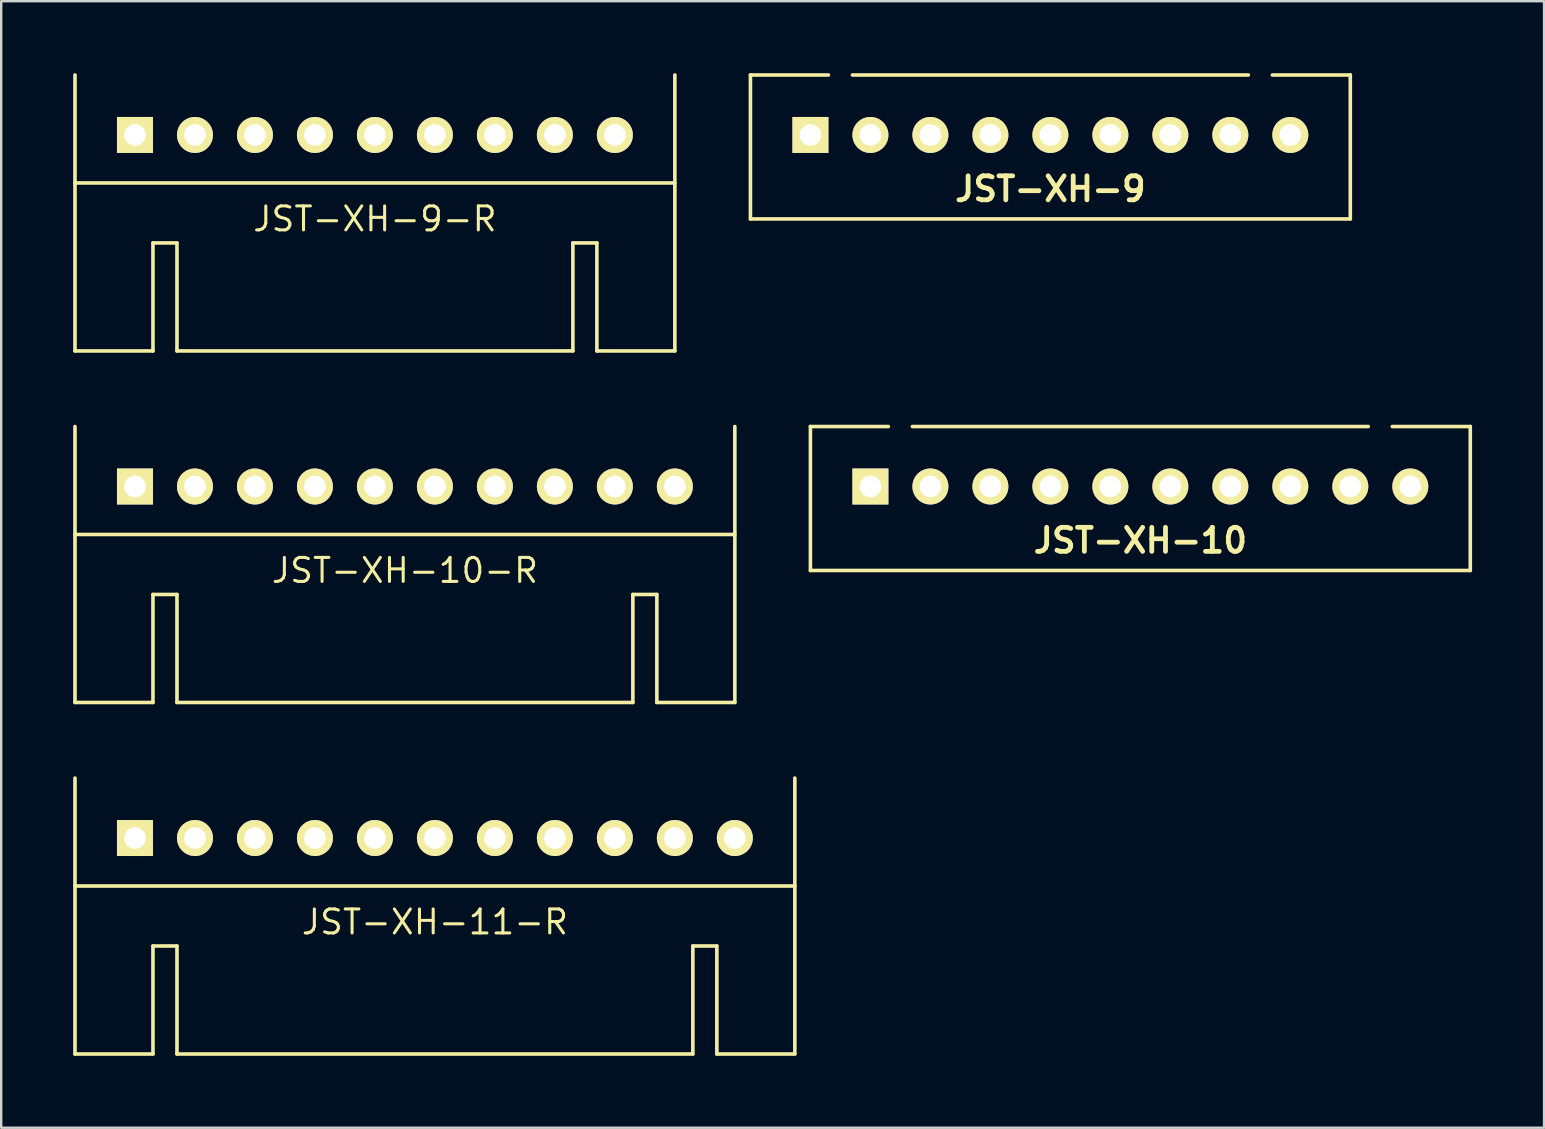
<source format=kicad_pcb>
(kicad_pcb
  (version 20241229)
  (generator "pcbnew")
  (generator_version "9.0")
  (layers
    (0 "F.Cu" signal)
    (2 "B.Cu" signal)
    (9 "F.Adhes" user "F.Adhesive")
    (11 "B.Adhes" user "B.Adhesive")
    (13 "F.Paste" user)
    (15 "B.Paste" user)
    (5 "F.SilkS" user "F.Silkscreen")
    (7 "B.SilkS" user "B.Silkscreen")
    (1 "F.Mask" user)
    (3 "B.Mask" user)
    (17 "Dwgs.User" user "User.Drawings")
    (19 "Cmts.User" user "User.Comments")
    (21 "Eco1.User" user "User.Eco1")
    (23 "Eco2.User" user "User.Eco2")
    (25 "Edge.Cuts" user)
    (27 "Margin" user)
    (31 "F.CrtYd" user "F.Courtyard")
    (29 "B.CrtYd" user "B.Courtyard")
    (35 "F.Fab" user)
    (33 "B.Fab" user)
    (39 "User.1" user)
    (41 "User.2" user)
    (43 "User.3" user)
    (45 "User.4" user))
  (footprint "JST-XH-10"
    (layer "F.Cu")
    (at 44.475 17.225)
    (property "Reference" "JST-XH-10" (at 0 2.25 0) (layer "F.SilkS") (effects (font (size 1 1) (thickness 0.2))))
    (attr through_hole)
    (fp_line (start -13.75 -2.5) (end -10.5 -2.5) (stroke (width 0.15) (type solid)) (layer "F.SilkS"))
    (fp_line (start -13.75 3.5) (end -13.75 -2.5) (stroke (width 0.15) (type solid)) (layer "F.SilkS"))
    (fp_line (start 9.5 -2.5) (end -9.5 -2.5) (stroke (width 0.15) (type solid)) (layer "F.SilkS"))
    (fp_line (start 13.75 -2.5) (end 10.5 -2.5) (stroke (width 0.15) (type solid)) (layer "F.SilkS"))
    (fp_line (start 13.75 -2.5) (end 13.75 3.5) (stroke (width 0.15) (type solid)) (layer "F.SilkS"))
    (fp_line (start 13.75 3.5) (end -13.75 3.5) (stroke (width 0.15) (type solid)) (layer "F.SilkS"))
    (pad "1" thru_hole rect (at -11.25 0) (size 1.5 1.5) (drill 0.9) (layers "*.Cu" "*.Mask" "F.SilkS"))
    (pad "2" thru_hole circle (at -8.75 0) (size 1.5 1.5) (drill 0.9) (layers "*.Cu" "*.Mask" "F.SilkS"))
    (pad "3" thru_hole circle (at -6.25 0) (size 1.5 1.5) (drill 0.9) (layers "*.Cu" "*.Mask" "F.SilkS"))
    (pad "4" thru_hole circle (at -3.75 0) (size 1.5 1.5) (drill 0.9) (layers "*.Cu" "*.Mask" "F.SilkS"))
    (pad "5" thru_hole circle (at -1.25 0) (size 1.5 1.5) (drill 0.9) (layers "*.Cu" "*.Mask" "F.SilkS"))
    (pad "6" thru_hole circle (at 1.25 0) (size 1.5 1.5) (drill 0.9) (layers "*.Cu" "*.Mask" "F.SilkS"))
    (pad "7" thru_hole circle (at 3.75 0) (size 1.5 1.5) (drill 0.9) (layers "*.Cu" "*.Mask" "F.SilkS"))
    (pad "8" thru_hole circle (at 6.25 0) (size 1.5 1.5) (drill 0.9) (layers "*.Cu" "*.Mask" "F.SilkS"))
    (pad "9" thru_hole circle (at 8.75 0) (size 1.5 1.5) (drill 0.9) (layers "*.Cu" "*.Mask" "F.SilkS"))
    (pad "10" thru_hole circle (at 11.25 0) (size 1.5 1.5) (drill 0.9) (layers "*.Cu" "*.Mask" "F.SilkS")))
  (footprint "JST-XH-9-R"
    (layer "F.Cu")
    (at 12.575 2.575)
    (property "Reference" "JST-XH-9-R" (at 0 3.5 0) (layer "F.SilkS") (effects (font (size 1 1) (thickness 0.127))))
    (attr through_hole)
    (fp_line (start -12.5 2) (end 12.5 2) (stroke (width 0.15) (type solid)) (layer "F.SilkS"))
    (fp_line (start -12.5 9) (end -12.5 -2.5) (stroke (width 0.15) (type solid)) (layer "F.SilkS"))
    (fp_line (start -9.25 4.5) (end -9.25 9) (stroke (width 0.15) (type solid)) (layer "F.SilkS"))
    (fp_line (start -9.25 9) (end -12.5 9) (stroke (width 0.15) (type solid)) (layer "F.SilkS"))
    (fp_line (start -8.25 4.5) (end -9.25 4.5) (stroke (width 0.15) (type solid)) (layer "F.SilkS"))
    (fp_line (start -8.25 9) (end -8.25 4.5) (stroke (width 0.15) (type solid)) (layer "F.SilkS"))
    (fp_line (start -8.25 9) (end 8.25 9) (stroke (width 0.15) (type solid)) (layer "F.SilkS"))
    (fp_line (start 8.25 4.5) (end 8.25 9) (stroke (width 0.15) (type solid)) (layer "F.SilkS"))
    (fp_line (start 9.25 4.5) (end 8.25 4.5) (stroke (width 0.15) (type solid)) (layer "F.SilkS"))
    (fp_line (start 9.25 9) (end 9.25 4.5) (stroke (width 0.15) (type solid)) (layer "F.SilkS"))
    (fp_line (start 9.25 9) (end 12.5 9) (stroke (width 0.15) (type solid)) (layer "F.SilkS"))
    (fp_line (start 12.5 9) (end 12.5 -2.5) (stroke (width 0.15) (type solid)) (layer "F.SilkS"))
    (pad "1" thru_hole rect (at -10 0) (size 1.5 1.5) (drill 0.9) (layers "*.Cu" "*.Mask" "F.SilkS"))
    (pad "2" thru_hole circle (at -7.5 0) (size 1.5 1.5) (drill 0.9) (layers "*.Cu" "*.Mask" "F.SilkS"))
    (pad "3" thru_hole circle (at -5 0) (size 1.5 1.5) (drill 0.9) (layers "*.Cu" "*.Mask" "F.SilkS"))
    (pad "4" thru_hole circle (at -2.5 0) (size 1.5 1.5) (drill 0.9) (layers "*.Cu" "*.Mask" "F.SilkS"))
    (pad "5" thru_hole circle (at 0 0) (size 1.5 1.5) (drill 0.9) (layers "*.Cu" "*.Mask" "F.SilkS"))
    (pad "6" thru_hole circle (at 2.5 0) (size 1.5 1.5) (drill 0.9) (layers "*.Cu" "*.Mask" "F.SilkS"))
    (pad "7" thru_hole circle (at 5 0) (size 1.5 1.5) (drill 0.9) (layers "*.Cu" "*.Mask" "F.SilkS"))
    (pad "8" thru_hole circle (at 7.5 0) (size 1.5 1.5) (drill 0.9) (layers "*.Cu" "*.Mask" "F.SilkS"))
    (pad "9" thru_hole circle (at 10 0) (size 1.5 1.5) (drill 0.9) (layers "*.Cu" "*.Mask" "F.SilkS")))
  (footprint "JST-XH-10-R"
    (layer "F.Cu")
    (at 13.825 17.225)
    (property "Reference" "JST-XH-10-R" (at 0 3.5 0) (layer "F.SilkS") (effects (font (size 1 1) (thickness 0.127))))
    (attr through_hole)
    (fp_line (start -13.75 2) (end 13.75 2) (stroke (width 0.15) (type solid)) (layer "F.SilkS"))
    (fp_line (start -13.75 9) (end -13.75 -2.5) (stroke (width 0.15) (type solid)) (layer "F.SilkS"))
    (fp_line (start -10.5 4.5) (end -10.5 9) (stroke (width 0.15) (type solid)) (layer "F.SilkS"))
    (fp_line (start -10.5 9) (end -13.75 9) (stroke (width 0.15) (type solid)) (layer "F.SilkS"))
    (fp_line (start -9.5 4.5) (end -10.5 4.5) (stroke (width 0.15) (type solid)) (layer "F.SilkS"))
    (fp_line (start -9.5 9) (end -9.5 4.5) (stroke (width 0.15) (type solid)) (layer "F.SilkS"))
    (fp_line (start -9.5 9) (end 9.5 9) (stroke (width 0.15) (type solid)) (layer "F.SilkS"))
    (fp_line (start 9.5 4.5) (end 9.5 9) (stroke (width 0.15) (type solid)) (layer "F.SilkS"))
    (fp_line (start 10.5 4.5) (end 9.5 4.5) (stroke (width 0.15) (type solid)) (layer "F.SilkS"))
    (fp_line (start 10.5 9) (end 10.5 4.5) (stroke (width 0.15) (type solid)) (layer "F.SilkS"))
    (fp_line (start 10.5 9) (end 13.75 9) (stroke (width 0.15) (type solid)) (layer "F.SilkS"))
    (fp_line (start 13.75 9) (end 13.75 -2.5) (stroke (width 0.15) (type solid)) (layer "F.SilkS"))
    (pad "1" thru_hole rect (at -11.25 0) (size 1.5 1.5) (drill 0.9) (layers "*.Cu" "*.Mask" "F.SilkS"))
    (pad "2" thru_hole circle (at -8.75 0) (size 1.5 1.5) (drill 0.9) (layers "*.Cu" "*.Mask" "F.SilkS"))
    (pad "3" thru_hole circle (at -6.25 0) (size 1.5 1.5) (drill 0.9) (layers "*.Cu" "*.Mask" "F.SilkS"))
    (pad "4" thru_hole circle (at -3.75 0) (size 1.5 1.5) (drill 0.9) (layers "*.Cu" "*.Mask" "F.SilkS"))
    (pad "5" thru_hole circle (at -1.25 0) (size 1.5 1.5) (drill 0.9) (layers "*.Cu" "*.Mask" "F.SilkS"))
    (pad "6" thru_hole circle (at 1.25 0) (size 1.5 1.5) (drill 0.9) (layers "*.Cu" "*.Mask" "F.SilkS"))
    (pad "7" thru_hole circle (at 3.75 0) (size 1.5 1.5) (drill 0.9) (layers "*.Cu" "*.Mask" "F.SilkS"))
    (pad "8" thru_hole circle (at 6.25 0) (size 1.5 1.5) (drill 0.9) (layers "*.Cu" "*.Mask" "F.SilkS"))
    (pad "9" thru_hole circle (at 8.75 0) (size 1.5 1.5) (drill 0.9) (layers "*.Cu" "*.Mask" "F.SilkS"))
    (pad "10" thru_hole circle (at 11.25 0) (size 1.5 1.5) (drill 0.9) (layers "*.Cu" "*.Mask" "F.SilkS")))
  (footprint "JST-XH-9"
    (layer "F.Cu")
    (at 40.725 2.575)
    (property "Reference" "JST-XH-9" (at 0 2.25 0) (layer "F.SilkS") (effects (font (size 1 1) (thickness 0.2))))
    (attr through_hole)
    (fp_line (start -12.5 -2.5) (end -9.25 -2.5) (stroke (width 0.15) (type solid)) (layer "F.SilkS"))
    (fp_line (start -12.5 3.5) (end -12.5 -2.5) (stroke (width 0.15) (type solid)) (layer "F.SilkS"))
    (fp_line (start 8.25 -2.5) (end -8.25 -2.5) (stroke (width 0.15) (type solid)) (layer "F.SilkS"))
    (fp_line (start 12.5 -2.5) (end 9.25 -2.5) (stroke (width 0.15) (type solid)) (layer "F.SilkS"))
    (fp_line (start 12.5 -2.5) (end 12.5 3.5) (stroke (width 0.15) (type solid)) (layer "F.SilkS"))
    (fp_line (start 12.5 3.5) (end -12.5 3.5) (stroke (width 0.15) (type solid)) (layer "F.SilkS"))
    (pad "1" thru_hole rect (at -10 0) (size 1.5 1.5) (drill 0.9) (layers "*.Cu" "*.Mask" "F.SilkS"))
    (pad "2" thru_hole circle (at -7.5 0) (size 1.5 1.5) (drill 0.9) (layers "*.Cu" "*.Mask" "F.SilkS"))
    (pad "3" thru_hole circle (at -5 0) (size 1.5 1.5) (drill 0.9) (layers "*.Cu" "*.Mask" "F.SilkS"))
    (pad "4" thru_hole circle (at -2.5 0) (size 1.5 1.5) (drill 0.9) (layers "*.Cu" "*.Mask" "F.SilkS"))
    (pad "5" thru_hole circle (at 0 0) (size 1.5 1.5) (drill 0.9) (layers "*.Cu" "*.Mask" "F.SilkS"))
    (pad "6" thru_hole circle (at 2.5 0) (size 1.5 1.5) (drill 0.9) (layers "*.Cu" "*.Mask" "F.SilkS"))
    (pad "7" thru_hole circle (at 5 0) (size 1.5 1.5) (drill 0.9) (layers "*.Cu" "*.Mask" "F.SilkS"))
    (pad "8" thru_hole circle (at 7.5 0) (size 1.5 1.5) (drill 0.9) (layers "*.Cu" "*.Mask" "F.SilkS"))
    (pad "9" thru_hole circle (at 10 0) (size 1.5 1.5) (drill 0.9) (layers "*.Cu" "*.Mask" "F.SilkS")))
  (footprint "JST-XH-11-R"
    (layer "F.Cu")
    (at 15.075 31.875)
    (property "Reference" "JST-XH-11-R" (at 0 3.5 0) (layer "F.SilkS") (effects (font (size 1 1) (thickness 0.127))))
    (attr through_hole)
    (fp_line (start -15 2) (end 15 2) (stroke (width 0.15) (type solid)) (layer "F.SilkS"))
    (fp_line (start -15 9) (end -15 -2.5) (stroke (width 0.15) (type solid)) (layer "F.SilkS"))
    (fp_line (start -11.75 4.5) (end -11.75 9) (stroke (width 0.15) (type solid)) (layer "F.SilkS"))
    (fp_line (start -11.75 9) (end -15 9) (stroke (width 0.15) (type solid)) (layer "F.SilkS"))
    (fp_line (start -10.75 4.5) (end -11.75 4.5) (stroke (width 0.15) (type solid)) (layer "F.SilkS"))
    (fp_line (start -10.75 9) (end -10.75 4.5) (stroke (width 0.15) (type solid)) (layer "F.SilkS"))
    (fp_line (start 10.75 4.5) (end 10.75 9) (stroke (width 0.15) (type solid)) (layer "F.SilkS"))
    (fp_line (start 10.75 9) (end -10.75 9) (stroke (width 0.15) (type solid)) (layer "F.SilkS"))
    (fp_line (start 11.75 4.5) (end 10.75 4.5) (stroke (width 0.15) (type solid)) (layer "F.SilkS"))
    (fp_line (start 11.75 9) (end 11.75 4.5) (stroke (width 0.15) (type solid)) (layer "F.SilkS"))
    (fp_line (start 15 9) (end 11.75 9) (stroke (width 0.15) (type solid)) (layer "F.SilkS"))
    (fp_line (start 15 9) (end 15 -2.5) (stroke (width 0.15) (type solid)) (layer "F.SilkS"))
    (pad "1" thru_hole rect (at -12.5 0) (size 1.5 1.5) (drill 0.9) (layers "*.Cu" "*.Mask" "F.SilkS"))
    (pad "2" thru_hole circle (at -10 0) (size 1.5 1.5) (drill 0.9) (layers "*.Cu" "*.Mask" "F.SilkS"))
    (pad "3" thru_hole circle (at -7.5 0) (size 1.5 1.5) (drill 0.9) (layers "*.Cu" "*.Mask" "F.SilkS"))
    (pad "4" thru_hole circle (at -5 0) (size 1.5 1.5) (drill 0.9) (layers "*.Cu" "*.Mask" "F.SilkS"))
    (pad "5" thru_hole circle (at -2.5 0) (size 1.5 1.5) (drill 0.9) (layers "*.Cu" "*.Mask" "F.SilkS"))
    (pad "6" thru_hole circle (at 0 0) (size 1.5 1.5) (drill 0.9) (layers "*.Cu" "*.Mask" "F.SilkS"))
    (pad "7" thru_hole circle (at 2.5 0) (size 1.5 1.5) (drill 0.9) (layers "*.Cu" "*.Mask" "F.SilkS"))
    (pad "8" thru_hole circle (at 5 0) (size 1.5 1.5) (drill 0.9) (layers "*.Cu" "*.Mask" "F.SilkS"))
    (pad "9" thru_hole circle (at 7.5 0) (size 1.5 1.5) (drill 0.9) (layers "*.Cu" "*.Mask" "F.SilkS"))
    (pad "10" thru_hole circle (at 10 0) (size 1.5 1.5) (drill 0.9) (layers "*.Cu" "*.Mask" "F.SilkS"))
    (pad "11" thru_hole circle (at 12.5 0) (size 1.5 1.5) (drill 0.9) (layers "*.Cu" "*.Mask" "F.SilkS")))
  (gr_rect
    (start -3 -3)
    (end 61.3 43.95)
    (stroke (width 0.1) (type default))
    (fill no)
    (layer "Edge.Cuts")))
</source>
